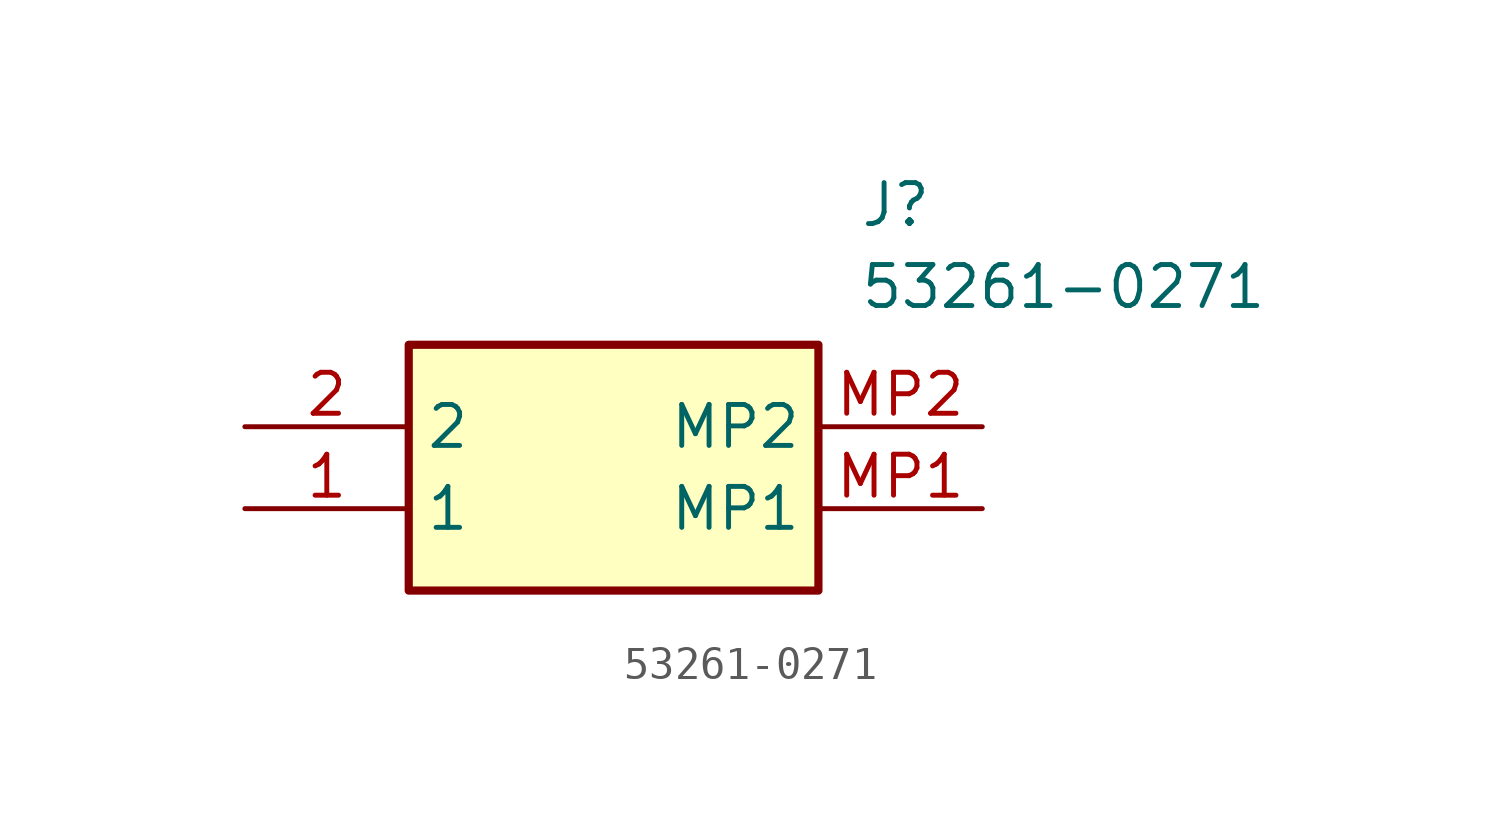
<source format=kicad_sym>
(kicad_symbol_lib
  (version 20211014)
  (generator SamacSys_ECAD_Model)
  (symbol "53261-0271"
    (property "Reference" "J"
      (at 19.05 7.62 0)
      (effects (font (size 1.27 1.27)) (justify left top)))
    (property "Value" "53261-0271"
      (at 19.05 5.08 0)
      (effects (font (size 1.27 1.27)) (justify left top)))
    (rectangle
      (start 5.08 2.54)
      (end 17.78 -5.08)
      (stroke (width 0.254) (type default))
      (fill (type background)))
    (pin passive line
      (at 0 -2.54 0)
      (length 5.08)
      (name "1" (effects (font (size 1.27 1.27))))
      (number "1" (effects (font (size 1.27 1.27)))))
    (pin passive line
      (at 0 0 0)
      (length 5.08)
      (name "2" (effects (font (size 1.27 1.27))))
      (number "2" (effects (font (size 1.27 1.27)))))
    (pin passive line
      (at 22.86 -2.54 180)
      (length 5.08)
      (name "MP1" (effects (font (size 1.27 1.27))))
      (number "MP1" (effects (font (size 1.27 1.27)))))
    (pin passive line
      (at 22.86 0 180)
      (length 5.08)
      (name "MP2" (effects (font (size 1.27 1.27))))
      (number "MP2" (effects (font (size 1.27 1.27)))))))
</source>
